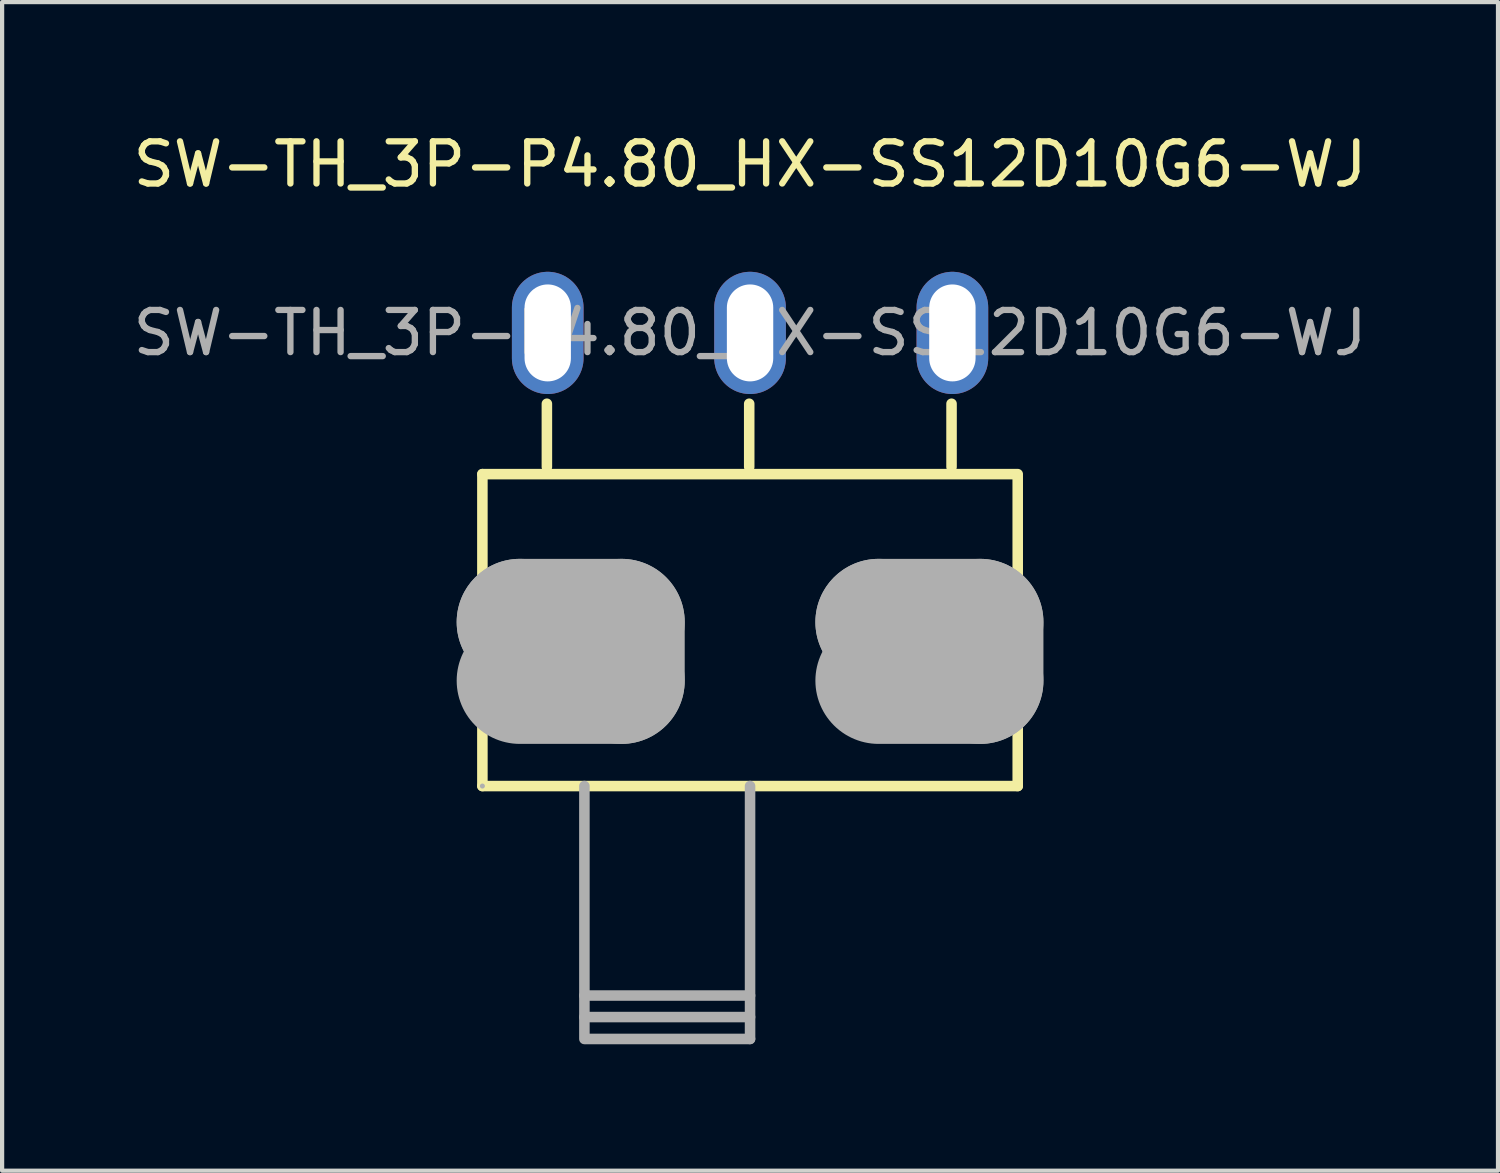
<source format=kicad_pcb>
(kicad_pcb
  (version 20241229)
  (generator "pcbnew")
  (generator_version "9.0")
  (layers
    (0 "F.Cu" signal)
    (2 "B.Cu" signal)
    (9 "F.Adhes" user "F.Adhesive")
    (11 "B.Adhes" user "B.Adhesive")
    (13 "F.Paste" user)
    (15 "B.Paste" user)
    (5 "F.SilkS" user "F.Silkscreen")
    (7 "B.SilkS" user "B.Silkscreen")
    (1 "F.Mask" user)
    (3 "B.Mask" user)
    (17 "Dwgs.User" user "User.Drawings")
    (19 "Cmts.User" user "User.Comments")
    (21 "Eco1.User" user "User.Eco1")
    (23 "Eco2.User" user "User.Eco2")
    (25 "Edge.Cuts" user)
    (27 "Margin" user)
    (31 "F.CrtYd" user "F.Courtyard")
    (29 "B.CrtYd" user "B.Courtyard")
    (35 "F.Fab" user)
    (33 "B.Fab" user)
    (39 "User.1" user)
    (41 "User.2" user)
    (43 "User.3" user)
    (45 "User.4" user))
  (footprint "SW-TH_3P-P4.80_HX-SS12D10G6-WJ"
    (layer "F.Cu")
    (at 14.744 4.848)
    (property "Reference" "SW-TH_3P-P4.80_HX-SS12D10G6-WJ" (at 0 -4 0) (layer "F.SilkS") (effects (font (size 1 1) (thickness 0.15))))
    (attr through_hole)
    (fp_line (start -6.35 3.35) (end -6.35 10.75) (stroke (width 0.25) (type solid)) (layer "F.SilkS"))
    (fp_line (start -6.35 10.75) (end 6.35 10.75) (stroke (width 0.25) (type solid)) (layer "F.SilkS"))
    (fp_line (start -4.82 1.68) (end -4.82 3.18) (stroke (width 0.25) (type solid)) (layer "F.SilkS"))
    (fp_line (start -0.02 1.68) (end -0.02 3.18) (stroke (width 0.25) (type solid)) (layer "F.SilkS"))
    (fp_line (start 4.78 1.68) (end 4.78 3.18) (stroke (width 0.25) (type solid)) (layer "F.SilkS"))
    (fp_line (start 6.35 3.35) (end -6.35 3.35) (stroke (width 0.25) (type solid)) (layer "F.SilkS"))
    (fp_line (start 6.35 3.4) (end 6.35 10.75) (stroke (width 0.25) (type solid)) (layer "F.SilkS"))
    (fp_line (start -5.46 6.86) (end -5.46 6.86) (stroke (width 3) (type solid)) (layer "F.Fab"))
    (fp_line (start -5.46 6.86) (end -3.05 6.86) (stroke (width 3) (type solid)) (layer "F.Fab"))
    (fp_line (start -3.93 10.75) (end -3.93 16.75) (stroke (width 0.25) (type solid)) (layer "F.Fab"))
    (fp_line (start -3.93 15.72) (end 0 15.72) (stroke (width 0.25) (type solid)) (layer "F.Fab"))
    (fp_line (start -3.93 16.23) (end 0 16.23) (stroke (width 0.25) (type solid)) (layer "F.Fab"))
    (fp_line (start -3.05 6.86) (end -3.05 8.25) (stroke (width 3) (type solid)) (layer "F.Fab"))
    (fp_line (start -3.05 8.25) (end -5.46 8.25) (stroke (width 3) (type solid)) (layer "F.Fab"))
    (fp_line (start 0 10.75) (end 0 16.75) (stroke (width 0.25) (type solid)) (layer "F.Fab"))
    (fp_line (start 0 16.75) (end -3.9 16.75) (stroke (width 0.25) (type solid)) (layer "F.Fab"))
    (fp_line (start 3.05 6.86) (end 3.05 6.86) (stroke (width 3) (type solid)) (layer "F.Fab"))
    (fp_line (start 3.05 6.86) (end 5.46 6.86) (stroke (width 3) (type solid)) (layer "F.Fab"))
    (fp_line (start 5.46 6.86) (end 5.46 8.25) (stroke (width 3) (type solid)) (layer "F.Fab"))
    (fp_line (start 5.46 8.25) (end 3.05 8.25) (stroke (width 3) (type solid)) (layer "F.Fab"))
    (fp_circle (center -6.35 10.75) (end -6.32 10.75) (stroke (width 0.06) (type solid)) (fill no) (layer "F.Fab"))
    (fp_text user "${REFERENCE}" (at 0 0 0) (layer "F.Fab") (effects (font (size 1 1) (thickness 0.15))))
    (pad "1" thru_hole oval (at -4.8 0) (size 1.7 2.9) (drill oval 1.1 2.3) (layers "*.Cu" "*.Mask"))
    (pad "2" thru_hole oval (at 0 0) (size 1.7 2.9) (drill oval 1.1 2.3) (layers "*.Cu" "*.Mask"))
    (pad "3" thru_hole oval (at 4.8 0) (size 1.7 2.9) (drill oval 1.1 2.3) (layers "*.Cu" "*.Mask")))
  (gr_rect
    (start -3 -3)
    (end 32.488 24.723)
    (stroke (width 0.1) (type default))
    (fill no)
    (layer "Edge.Cuts")))
</source>
